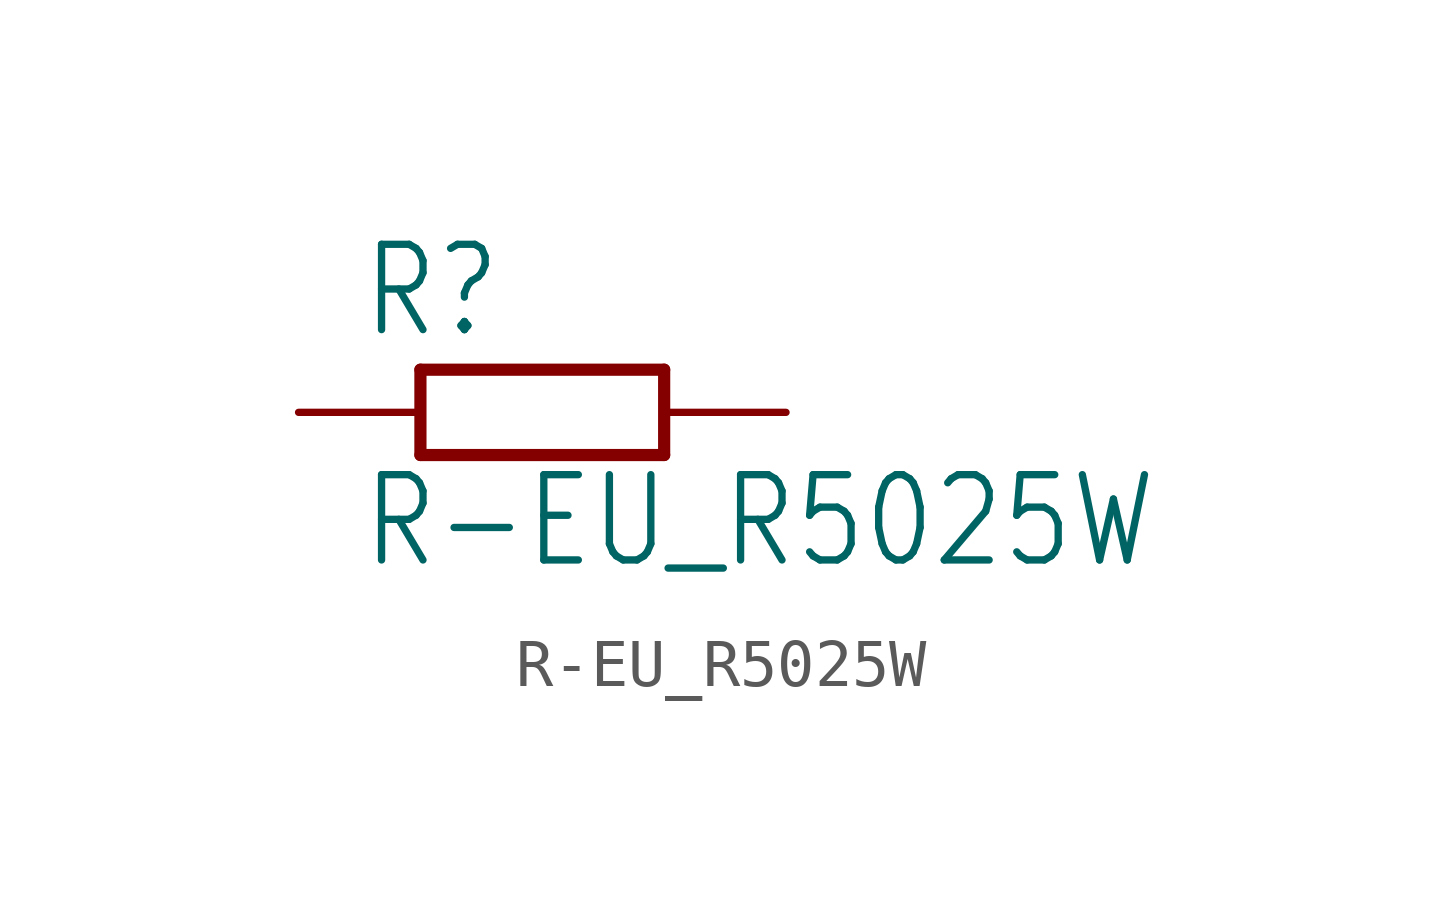
<source format=kicad_sym>
(kicad_symbol_lib
  (version 20211014)
  (generator kicad_symbol_editor)
  (symbol "R-EU_R5025W"
    (property "Reference" "R"
      (at -3.81 1.499 0)
      (effects (font (size 1.778 1.511)) (justify left bottom)))
    (property "Value" "R-EU_R5025W"
      (at -3.81 -3.302 0)
      (effects (font (size 1.778 1.511)) (justify left bottom)))
    (property "ki_locked" ""
      (at 0 0 0)
      (effects (font (size 1.27 1.27))))
    (symbol "R-EU_R5025W_1_0"
      (polyline (pts (xy -2.54 -0.889) (xy -2.54 0.889)) (stroke (width 0.254) (type default) (color 0 0 0 0)) (fill (type none)))
      (polyline (pts (xy -2.54 -0.889) (xy 2.54 -0.889)) (stroke (width 0.254) (type default) (color 0 0 0 0)) (fill (type none)))
      (polyline (pts (xy 2.54 -0.889) (xy 2.54 0.889)) (stroke (width 0.254) (type default) (color 0 0 0 0)) (fill (type none)))
      (polyline (pts (xy 2.54 0.889) (xy -2.54 0.889)) (stroke (width 0.254) (type default) (color 0 0 0 0)) (fill (type none)))
      (pin passive line (at -5.08 0 0) (length 2.54) (name "1" (effects (font (size 0 0)))) (number "1" (effects (font (size 0 0)))))
      (pin passive line (at 5.08 0 180) (length 2.54) (name "2" (effects (font (size 0 0)))) (number "2" (effects (font (size 0 0))))))))
</source>
